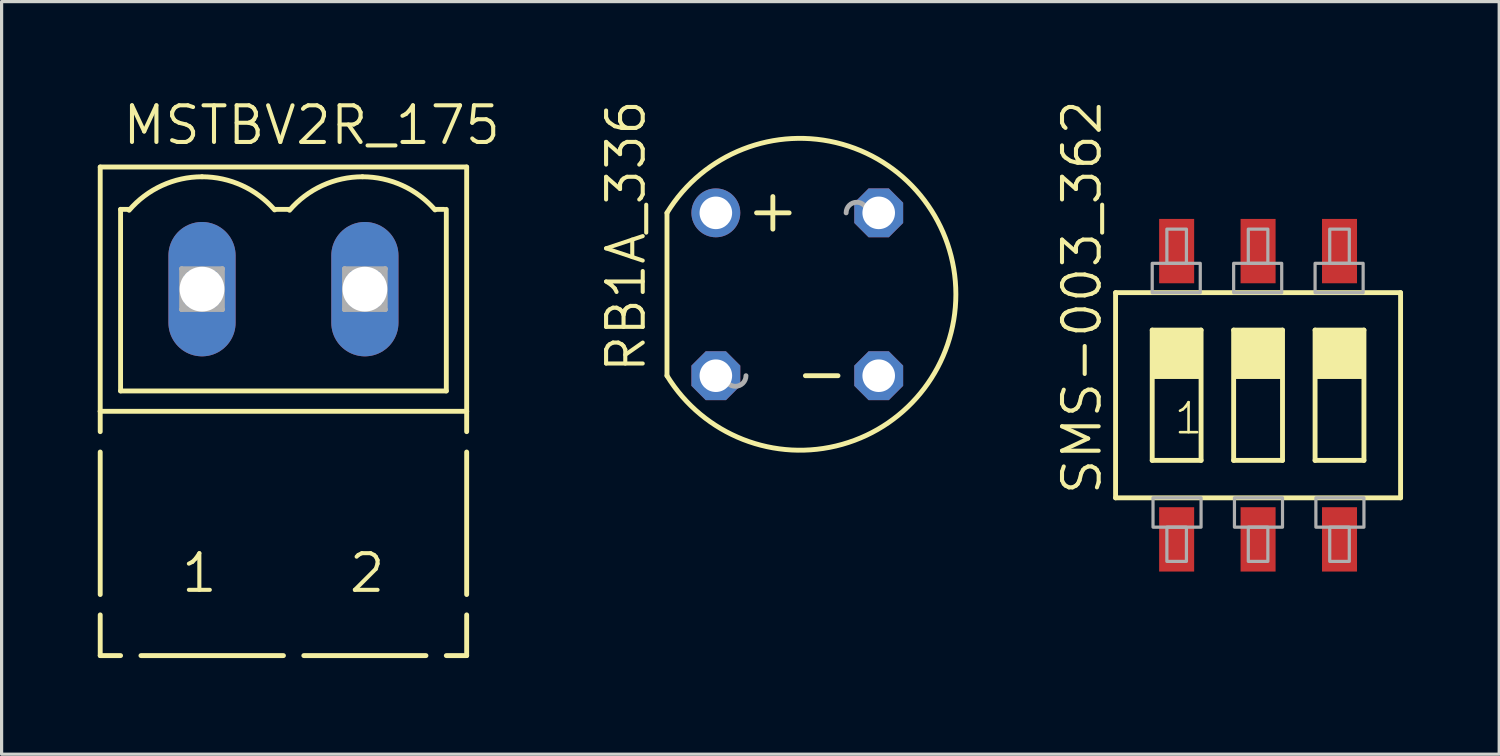
<source format=kicad_pcb>
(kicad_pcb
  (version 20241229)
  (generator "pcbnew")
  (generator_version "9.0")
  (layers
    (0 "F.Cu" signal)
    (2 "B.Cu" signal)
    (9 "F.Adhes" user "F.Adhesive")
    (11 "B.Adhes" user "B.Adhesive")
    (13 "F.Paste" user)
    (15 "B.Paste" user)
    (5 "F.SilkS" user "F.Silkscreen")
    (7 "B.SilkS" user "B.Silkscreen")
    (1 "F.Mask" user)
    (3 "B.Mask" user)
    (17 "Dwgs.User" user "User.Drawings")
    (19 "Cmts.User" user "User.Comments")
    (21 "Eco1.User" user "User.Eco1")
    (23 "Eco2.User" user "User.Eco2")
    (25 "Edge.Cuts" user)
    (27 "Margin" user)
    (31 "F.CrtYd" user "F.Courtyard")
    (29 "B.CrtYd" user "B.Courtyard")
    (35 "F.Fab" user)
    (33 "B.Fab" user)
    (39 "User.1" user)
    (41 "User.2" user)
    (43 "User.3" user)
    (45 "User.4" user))
  (footprint "RB1A_336"
    (layer "F.Cu")
    (at 21.818 6.129)
    (property "Reference" "RB1A_336" (at -4.674 2.515 90) (unlocked yes) (layer "F.SilkS") (effects (font (size 1.143 1.143) (thickness 0.127)) (justify left bottom)))
    (fp_line (start -4.064 2.54) (end -4.064 -2.54) (stroke (width 0.152) (type solid)) (layer "F.SilkS"))
    (fp_line (start -1.27 -2.54) (end -0.254 -2.54) (stroke (width 0.152) (type solid)) (layer "F.SilkS"))
    (fp_line (start -0.762 -2.032) (end -0.762 -3.048) (stroke (width 0.152) (type solid)) (layer "F.SilkS"))
    (fp_line (start 0.254 2.54) (end 1.27 2.54) (stroke (width 0.152) (type solid)) (layer "F.SilkS"))
    (fp_arc (start -4.064 -2.54) (mid 4.946601 0) (end -4.064 2.54) (stroke (width 0.1524) (type solid)) (layer "F.SilkS"))
    (fp_arc (start -2.921 2.54) (mid -2.5908 2.2098) (end -2.2606 2.54) (stroke (width 0.1524) (type solid)) (layer "F.Fab"))
    (fp_arc (start -1.6002 2.54) (mid -1.9304 2.8702) (end -2.2606 2.54) (stroke (width 0.1524) (type solid)) (layer "F.Fab"))
    (fp_arc (start 1.524 -2.54) (mid 1.8542 -2.8702) (end 2.1844 -2.54) (stroke (width 0.1524) (type solid)) (layer "F.Fab"))
    (fp_arc (start 2.8448 -2.54) (mid 2.5146 -2.2098) (end 2.1844 -2.54) (stroke (width 0.1524) (type solid)) (layer "F.Fab"))
    (pad "+" thru_hole circle (at -2.54 -2.54) (size 1.524 1.524) (drill 1.016) (layers "*.Cu" "*.Mask"))
    (pad "-" thru_hole roundrect (at 2.54 2.54) (size 1.524 1.524) (drill 1.016) (layers "*.Cu" "*.Mask") (roundrect_rratio 0.25) (chamfer_ratio 0.293) (chamfer top_left top_right bottom_left bottom_right))
    (pad "AC1" thru_hole roundrect (at 2.54 -2.54) (size 1.524 1.524) (drill 1.016) (layers "*.Cu" "*.Mask") (roundrect_rratio 0.25) (chamfer_ratio 0.293) (chamfer top_left top_right bottom_left bottom_right))
    (pad "AC2" thru_hole roundrect (at -2.54 2.54) (size 1.524 1.524) (drill 1.016) (layers "*.Cu" "*.Mask") (roundrect_rratio 0.25) (chamfer_ratio 0.293) (chamfer top_left top_right bottom_left bottom_right))
    (zone (net_name "") (layers "F.Cu" "B.Cu") (hatch edge 0.5) (connect_pads) (min_thickness 0.25) (filled_areas_thickness no) (keepout (tracks allowed) (vias not_allowed) (pads allowed) (copperpour allowed) (footprints allowed)) (placement (enabled no)) (fill) (polygon (pts (xy 17.373 10.574) (xy 26.263 10.574) (xy 26.263 1.684) (xy 17.373 1.684)))))
  (footprint "MSTBV2R_175"
    (layer "F.Cu")
    (at 5.791 5.969)
    (property "Reference" "MSTBV2R_175" (at -5.08 -4.445 0) (unlocked yes) (layer "F.SilkS") (effects (font (size 1.143 1.143) (thickness 0.127)) (justify left bottom)))
    (fp_line (start -5.715 -3.81) (end -5.715 3.81) (stroke (width 0.152) (type solid)) (layer "F.SilkS"))
    (fp_line (start -5.715 4.445) (end -5.715 3.81) (stroke (width 0.152) (type solid)) (layer "F.SilkS"))
    (fp_line (start -5.715 9.525) (end -5.715 5.08) (stroke (width 0.152) (type solid)) (layer "F.SilkS"))
    (fp_line (start -5.715 11.43) (end -5.715 10.16) (stroke (width 0.152) (type solid)) (layer "F.SilkS"))
    (fp_line (start -5.08 3.175) (end -5.08 -2.489) (stroke (width 0.152) (type solid)) (layer "F.SilkS"))
    (fp_line (start -5.08 11.43) (end -5.715 11.43) (stroke (width 0.152) (type solid)) (layer "F.SilkS"))
    (fp_line (start -4.826 -2.489) (end -5.08 -2.489) (stroke (width 0.152) (type solid)) (layer "F.SilkS"))
    (fp_line (start 0 11.43) (end -4.445 11.43) (stroke (width 0.152) (type solid)) (layer "F.SilkS"))
    (fp_line (start 0.178 -2.489) (end -0.254 -2.489) (stroke (width 0.152) (type solid)) (layer "F.SilkS"))
    (fp_line (start 4.445 11.43) (end 0.635 11.43) (stroke (width 0.152) (type solid)) (layer "F.SilkS"))
    (fp_line (start 5.004 -2.489) (end 4.75 -2.489) (stroke (width 0.152) (type solid)) (layer "F.SilkS"))
    (fp_line (start 5.08 -2.489) (end 5.08 3.175) (stroke (width 0.152) (type solid)) (layer "F.SilkS"))
    (fp_line (start 5.08 3.175) (end -5.08 3.175) (stroke (width 0.152) (type solid)) (layer "F.SilkS"))
    (fp_line (start 5.715 -3.81) (end -5.715 -3.81) (stroke (width 0.152) (type solid)) (layer "F.SilkS"))
    (fp_line (start 5.715 3.81) (end -5.715 3.81) (stroke (width 0.152) (type solid)) (layer "F.SilkS"))
    (fp_line (start 5.715 3.81) (end 5.715 -3.81) (stroke (width 0.152) (type solid)) (layer "F.SilkS"))
    (fp_line (start 5.715 4.445) (end 5.715 3.81) (stroke (width 0.152) (type solid)) (layer "F.SilkS"))
    (fp_line (start 5.715 9.525) (end 5.715 5.08) (stroke (width 0.152) (type solid)) (layer "F.SilkS"))
    (fp_line (start 5.715 11.43) (end 5.08 11.43) (stroke (width 0.152) (type solid)) (layer "F.SilkS"))
    (fp_line (start 5.715 11.43) (end 5.715 10.16) (stroke (width 0.152) (type solid)) (layer "F.SilkS"))
    (fp_arc (start -4.8138 -2.4608) (mid -3.79111 -3.231677) (end -2.54 -3.5053) (stroke (width 0.1524) (type solid)) (layer "F.SilkS"))
    (fp_arc (start -2.54 -3.5052) (mid -1.295022 -3.234436) (end -0.274999 -2.471) (stroke (width 0.1524) (type solid)) (layer "F.SilkS"))
    (fp_arc (start 0.19 -2.4608) (mid 1.212699 -3.231631) (end 2.4638 -3.5052) (stroke (width 0.1524) (type solid)) (layer "F.SilkS"))
    (fp_arc (start 2.4638 -3.5052) (mid 3.708778 -3.234436) (end 4.728801 -2.470999) (stroke (width 0.1524) (type solid)) (layer "F.SilkS"))
    (fp_line (start -3.175 -0.635) (end -3.175 0.635) (stroke (width 0.152) (type solid)) (layer "F.Fab"))
    (fp_line (start -3.175 0.635) (end -1.905 0.635) (stroke (width 0.152) (type solid)) (layer "F.Fab"))
    (fp_line (start -1.905 -0.635) (end -3.175 -0.635) (stroke (width 0.152) (type solid)) (layer "F.Fab"))
    (fp_line (start -1.905 -0.635) (end -3.175 0.635) (stroke (width 0.152) (type solid)) (layer "F.Fab"))
    (fp_line (start -1.905 0.635) (end -3.175 -0.635) (stroke (width 0.152) (type solid)) (layer "F.Fab"))
    (fp_line (start -1.905 0.635) (end -1.905 -0.635) (stroke (width 0.152) (type solid)) (layer "F.Fab"))
    (fp_line (start 1.905 -0.635) (end 1.905 0.635) (stroke (width 0.152) (type solid)) (layer "F.Fab"))
    (fp_line (start 1.905 0.635) (end 3.175 0.635) (stroke (width 0.152) (type solid)) (layer "F.Fab"))
    (fp_line (start 3.175 -0.635) (end 1.905 -0.635) (stroke (width 0.152) (type solid)) (layer "F.Fab"))
    (fp_line (start 3.175 -0.635) (end 1.905 0.635) (stroke (width 0.152) (type solid)) (layer "F.Fab"))
    (fp_line (start 3.175 0.635) (end 1.905 -0.635) (stroke (width 0.152) (type solid)) (layer "F.Fab"))
    (fp_line (start 3.175 0.635) (end 3.175 -0.635) (stroke (width 0.152) (type solid)) (layer "F.Fab"))
    (fp_text user "2" (at 1.981 9.525 0) (unlocked yes) (layer "F.SilkS") (effects (font (size 1.143 1.143) (thickness 0.127)) (justify left bottom)))
    (fp_text user "1" (at -3.251 9.525 0) (unlocked yes) (layer "F.SilkS") (effects (font (size 1.143 1.143) (thickness 0.127)) (justify left bottom)))
    (pad "1" thru_hole oval (at -2.54 0 90) (size 4.191 2.095) (drill 1.397) (layers "*.Cu" "*.Mask"))
    (pad "2" thru_hole oval (at 2.54 0 90) (size 4.191 2.095) (drill 1.397) (layers "*.Cu" "*.Mask")))
  (footprint "SMS-003_362"
    (layer "F.Cu")
    (at 36.191 9.278)
    (property "Reference" "SMS-003_362" (at -4.826 3.175 90) (unlocked yes) (layer "F.SilkS") (effects (font (size 1.143 1.143) (thickness 0.127)) (justify left bottom)))
    (fp_line (start -4.445 3.2) (end -4.445 -3.2) (stroke (width 0.152) (type solid)) (layer "F.SilkS"))
    (fp_line (start -4.445 3.2) (end 4.445 3.2) (stroke (width 0.152) (type solid)) (layer "F.SilkS"))
    (fp_line (start -3.302 -2.032) (end -1.778 -2.032) (stroke (width 0.152) (type solid)) (layer "F.SilkS"))
    (fp_line (start -3.302 2.032) (end -3.302 -2.032) (stroke (width 0.152) (type solid)) (layer "F.SilkS"))
    (fp_line (start -1.778 -2.032) (end -1.778 2.032) (stroke (width 0.152) (type solid)) (layer "F.SilkS"))
    (fp_line (start -1.778 2.032) (end -3.302 2.032) (stroke (width 0.152) (type solid)) (layer "F.SilkS"))
    (fp_line (start -0.762 -2.032) (end 0.762 -2.032) (stroke (width 0.152) (type solid)) (layer "F.SilkS"))
    (fp_line (start -0.762 2.032) (end -0.762 -2.032) (stroke (width 0.152) (type solid)) (layer "F.SilkS"))
    (fp_line (start 0.762 -2.032) (end 0.762 2.032) (stroke (width 0.152) (type solid)) (layer "F.SilkS"))
    (fp_line (start 0.762 2.032) (end -0.762 2.032) (stroke (width 0.152) (type solid)) (layer "F.SilkS"))
    (fp_line (start 1.778 -2.032) (end 3.302 -2.032) (stroke (width 0.152) (type solid)) (layer "F.SilkS"))
    (fp_line (start 1.778 2.032) (end 1.778 -2.032) (stroke (width 0.152) (type solid)) (layer "F.SilkS"))
    (fp_line (start 3.302 -2.032) (end 3.302 2.032) (stroke (width 0.152) (type solid)) (layer "F.SilkS"))
    (fp_line (start 3.302 2.032) (end 1.778 2.032) (stroke (width 0.152) (type solid)) (layer "F.SilkS"))
    (fp_line (start 4.445 -3.2) (end -4.445 -3.2) (stroke (width 0.152) (type solid)) (layer "F.SilkS"))
    (fp_line (start 4.445 -3.2) (end 4.445 3.2) (stroke (width 0.152) (type solid)) (layer "F.SilkS"))
    (fp_poly (pts (xy -3.302 -0.508) (xy -1.778 -0.508) (xy -1.778 -2.032) (xy -3.302 -2.032)) (stroke (width 0) (type default)) (fill yes) (layer "F.SilkS"))
    (fp_poly (pts (xy -0.762 -0.508) (xy 0.762 -0.508) (xy 0.762 -2.032) (xy -0.762 -2.032)) (stroke (width 0) (type default)) (fill yes) (layer "F.SilkS"))
    (fp_poly (pts (xy 1.778 -0.508) (xy 3.302 -0.508) (xy 3.302 -2.032) (xy 1.778 -2.032)) (stroke (width 0) (type default)) (fill yes) (layer "F.SilkS"))
    (fp_poly (pts (xy -3.302 -3.2) (xy -1.803 -3.2) (xy -1.803 -4.115) (xy -3.302 -4.115)) (stroke (width 0.1) (type default)) (fill no) (layer "F.Fab"))
    (fp_poly (pts (xy -3.277 4.115) (xy -1.778 4.115) (xy -1.778 3.2) (xy -3.277 3.2)) (stroke (width 0.1) (type default)) (fill no) (layer "F.Fab"))
    (fp_poly (pts (xy -2.845 -4.115) (xy -2.235 -4.115) (xy -2.235 -5.182) (xy -2.845 -5.182)) (stroke (width 0.1) (type default)) (fill no) (layer "F.Fab"))
    (fp_poly (pts (xy -2.845 5.182) (xy -2.235 5.182) (xy -2.235 4.115) (xy -2.845 4.115)) (stroke (width 0.1) (type default)) (fill no) (layer "F.Fab"))
    (fp_poly (pts (xy -0.762 -3.2) (xy 0.737 -3.2) (xy 0.737 -4.115) (xy -0.762 -4.115)) (stroke (width 0.1) (type default)) (fill no) (layer "F.Fab"))
    (fp_poly (pts (xy -0.737 4.115) (xy 0.762 4.115) (xy 0.762 3.2) (xy -0.737 3.2)) (stroke (width 0.1) (type default)) (fill no) (layer "F.Fab"))
    (fp_poly (pts (xy -0.305 -4.115) (xy 0.305 -4.115) (xy 0.305 -5.182) (xy -0.305 -5.182)) (stroke (width 0.1) (type default)) (fill no) (layer "F.Fab"))
    (fp_poly (pts (xy -0.305 5.182) (xy 0.305 5.182) (xy 0.305 4.115) (xy -0.305 4.115)) (stroke (width 0.1) (type default)) (fill no) (layer "F.Fab"))
    (fp_poly (pts (xy 1.778 -3.2) (xy 3.277 -3.2) (xy 3.277 -4.115) (xy 1.778 -4.115)) (stroke (width 0.1) (type default)) (fill no) (layer "F.Fab"))
    (fp_poly (pts (xy 1.803 4.115) (xy 3.302 4.115) (xy 3.302 3.2) (xy 1.803 3.2)) (stroke (width 0.1) (type default)) (fill no) (layer "F.Fab"))
    (fp_poly (pts (xy 2.235 -4.115) (xy 2.845 -4.115) (xy 2.845 -5.182) (xy 2.235 -5.182)) (stroke (width 0.1) (type default)) (fill no) (layer "F.Fab"))
    (fp_poly (pts (xy 2.235 5.182) (xy 2.845 5.182) (xy 2.845 4.115) (xy 2.235 4.115)) (stroke (width 0.1) (type default)) (fill no) (layer "F.Fab"))
    (fp_text user "1" (at -2.667 1.27 0) (unlocked yes) (layer "F.SilkS") (effects (font (size 0.935 0.935) (thickness 0.081)) (justify left bottom)))
    (pad "1" smd rect (at -2.54 4.496) (size 1.092 2.007) (layers "F.Cu" "F.Mask" "F.Paste"))
    (pad "2" smd rect (at 0 4.496) (size 1.092 2.007) (layers "F.Cu" "F.Mask" "F.Paste"))
    (pad "3" smd rect (at 2.54 4.496) (size 1.092 2.007) (layers "F.Cu" "F.Mask" "F.Paste"))
    (pad "4" smd rect (at 2.54 -4.496) (size 1.092 2.007) (layers "F.Cu" "F.Mask" "F.Paste"))
    (pad "5" smd rect (at 0 -4.496) (size 1.092 2.007) (layers "F.Cu" "F.Mask" "F.Paste"))
    (pad "6" smd rect (at -2.54 -4.496) (size 1.092 2.007) (layers "F.Cu" "F.Mask" "F.Paste")))
  (gr_rect
    (start -3 -3)
    (end 43.712 20.475)
    (stroke (width 0.1) (type default))
    (fill no)
    (layer "Edge.Cuts")))
</source>
